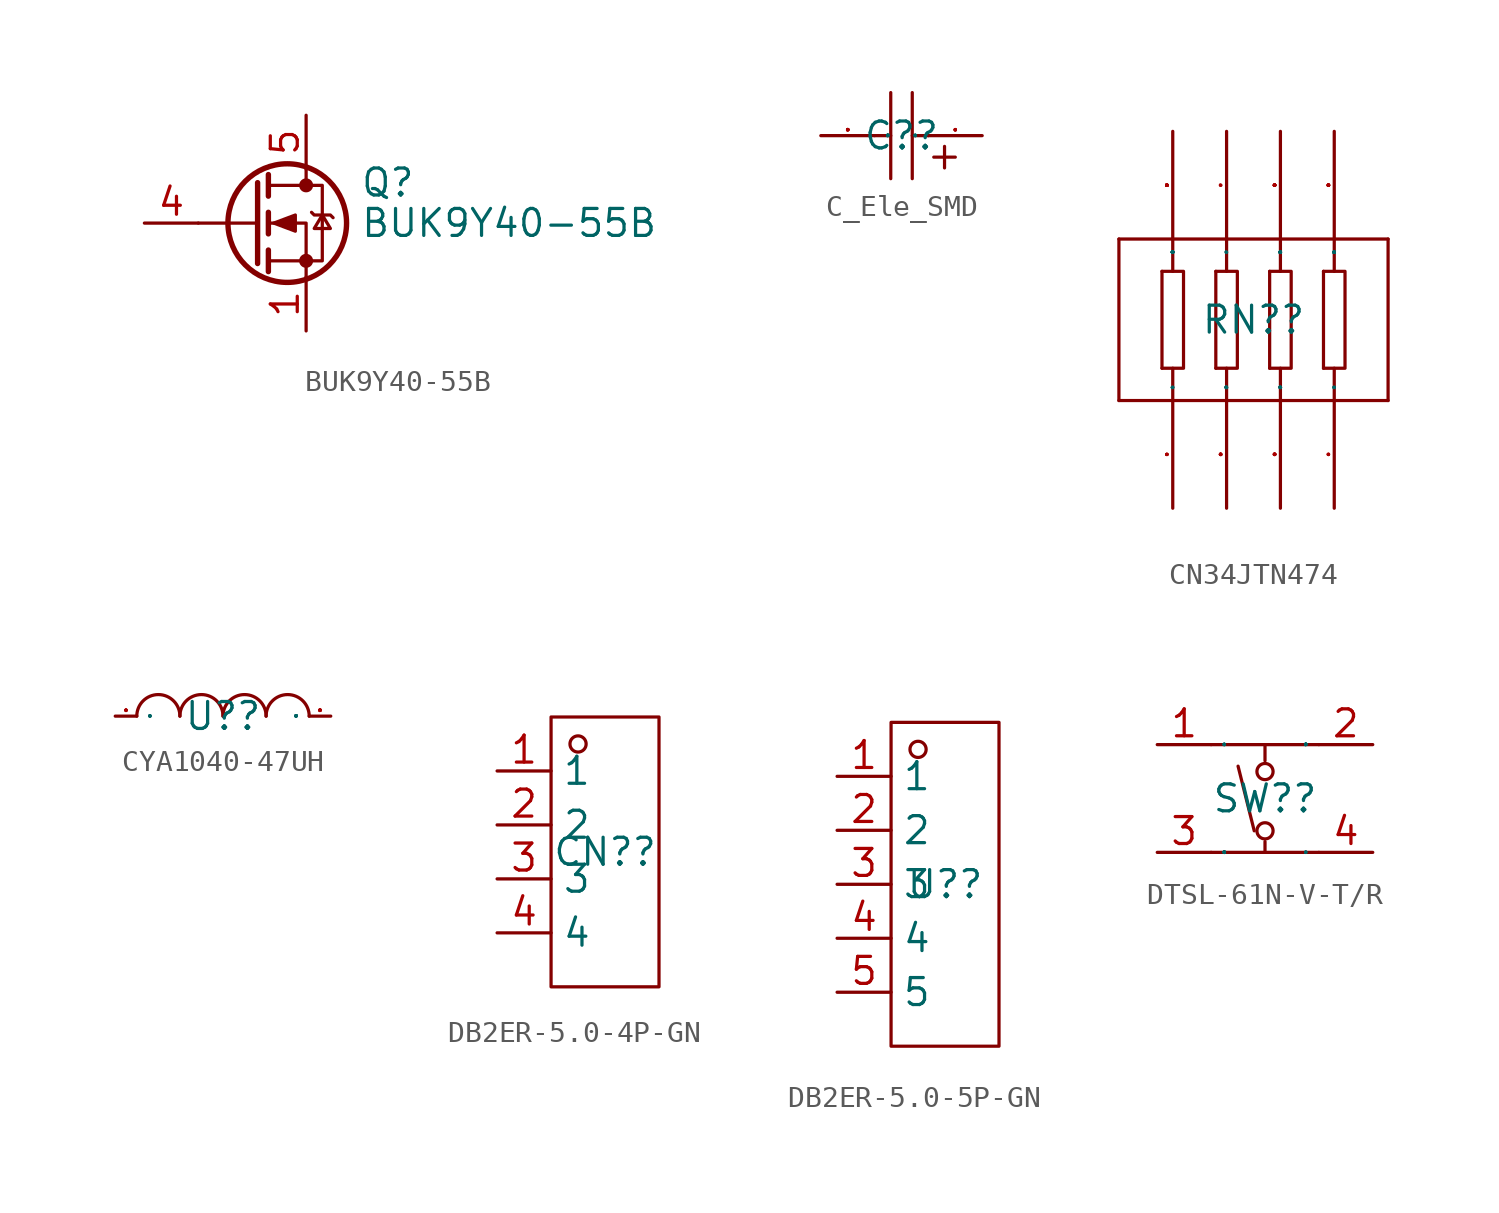
<source format=kicad_sym>
(kicad_symbol_lib
  (version 20231120)
  (generator "kicad_symbol_editor")
  (generator_version "8.0")
  (symbol "BUK9Y40-55B"
    (pin_names hide)
    (property "Reference" "Q"
      (at 5.08 1.905 0)
      (effects (font (size 1.27 1.27)) (justify left)))
    (property "Value" "BUK9Y40-55B"
      (at 5.08 0 0)
      (effects (font (size 1.27 1.27)) (justify left)))
    (symbol "BUK9Y40-55B_0_1"
      (polyline (pts (xy 0.254 0) (xy -2.54 0)) (stroke (width 0) (type default)) (fill (type none)))
      (polyline (pts (xy 0.254 1.905) (xy 0.254 -1.905)) (stroke (width 0.254) (type default)) (fill (type none)))
      (polyline (pts (xy 0.762 -1.27) (xy 0.762 -2.286)) (stroke (width 0.254) (type default)) (fill (type none)))
      (polyline (pts (xy 0.762 0.508) (xy 0.762 -0.508)) (stroke (width 0.254) (type default)) (fill (type none)))
      (polyline (pts (xy 0.762 2.286) (xy 0.762 1.27)) (stroke (width 0.254) (type default)) (fill (type none)))
      (polyline (pts (xy 2.54 2.54) (xy 2.54 1.778)) (stroke (width 0) (type default)) (fill (type none)))
      (polyline (pts (xy 2.54 -2.54) (xy 2.54 0) (xy 0.762 0)) (stroke (width 0) (type default)) (fill (type none)))
      (polyline (pts (xy 0.762 -1.778) (xy 3.302 -1.778) (xy 3.302 1.778) (xy 0.762 1.778)) (stroke (width 0) (type default)) (fill (type none)))
      (polyline (pts (xy 1.016 0) (xy 2.032 0.381) (xy 2.032 -0.381) (xy 1.016 0)) (stroke (width 0) (type default)) (fill (type outline)))
      (polyline (pts (xy 2.794 0.508) (xy 2.921 0.381) (xy 3.683 0.381) (xy 3.81 0.254)) (stroke (width 0) (type default)) (fill (type none)))
      (polyline (pts (xy 3.302 0.381) (xy 2.921 -0.254) (xy 3.683 -0.254) (xy 3.302 0.381)) (stroke (width 0) (type default)) (fill (type none)))
      (circle (center 1.651 0) (radius 2.794) (stroke (width 0.254) (type default)) (fill (type none)))
      (circle (center 2.54 -1.778) (radius 0.254) (stroke (width 0) (type default)) (fill (type outline)))
      (circle (center 2.54 1.778) (radius 0.254) (stroke (width 0) (type default)) (fill (type outline))))
    (symbol "BUK9Y40-55B_1_1"
      (pin passive line (at 2.54 -5.08 90) (length 2.54) (name "S" (effects (font (size 1.27 1.27)))) (number "1" (effects (font (size 1.27 1.27)))))
      (pin passive line (at 2.54 -5.08 90) (length 2.54) hide (name "S" (effects (font (size 1.27 1.27)))) (number "2" (effects (font (size 1.27 1.27)))))
      (pin passive line (at 2.54 -5.08 90) (length 2.54) hide (name "S" (effects (font (size 1.27 1.27)))) (number "3" (effects (font (size 1.27 1.27)))))
      (pin passive line (at -5.08 0 0) (length 2.54) (name "G" (effects (font (size 1.27 1.27)))) (number "4" (effects (font (size 1.27 1.27)))))
      (pin passive line (at 2.54 5.08 270) (length 2.54) (name "D" (effects (font (size 1.27 1.27)))) (number "5" (effects (font (size 1.27 1.27)))))))
  (symbol "C_Ele_SMD"
    (property "Reference" "C?"
      (at 0 0 0)
      (effects (font (size 1.27 1.27))))
    (property "Value" ""
      (at 0 0 0)
      (effects (font (size 1.27 1.27))))
    (symbol "C_Ele_SMD_1_0"
      (polyline (pts (xy -0.508 -2.032) (xy -0.508 2.032)) (stroke (width 0) (type default)) (fill (type none)))
      (polyline (pts (xy -0.508 0) (xy -1.27 0)) (stroke (width 0) (type default)) (fill (type none)))
      (polyline (pts (xy 0.508 -2.032) (xy 0.508 2.032)) (stroke (width 0) (type default)) (fill (type none)))
      (polyline (pts (xy 1.27 0) (xy 0.508 0)) (stroke (width 0) (type default)) (fill (type none)))
      (polyline (pts (xy 2.032 -1.524) (xy 2.032 -0.508)) (stroke (width 0) (type default)) (fill (type none)))
      (polyline (pts (xy 2.54 -1.016) (xy 1.524 -1.016)) (stroke (width 0) (type default)) (fill (type none)))
      (pin input line (at 3.81 0 180) (length 2.54) (name "1" (effects (font (size 0.025 0.025)))) (number "1" (effects (font (size 0.025 0.025)))))
      (pin input line (at -3.81 0 0) (length 2.54) (name "2" (effects (font (size 0.025 0.025)))) (number "2" (effects (font (size 0.025 0.025)))))))
  (symbol "CN34JTN474"
    (property "Reference" "RN?"
      (at 0 0 0)
      (effects (font (size 1.27 1.27))))
    (property "Value" ""
      (at 0 0 0)
      (effects (font (size 1.27 1.27))))
    (symbol "CN34JTN474_1_0"
      (polyline (pts (xy -6.35 -3.81) (xy -6.35 3.81)) (stroke (width 0) (type default)) (fill (type none)))
      (polyline (pts (xy -6.35 -3.81) (xy 6.35 -3.81)) (stroke (width 0) (type default)) (fill (type none)))
      (polyline (pts (xy -6.35 3.81) (xy 6.35 3.81)) (stroke (width 0) (type default)) (fill (type none)))
      (polyline (pts (xy -4.318 -2.286) (xy -4.318 2.286)) (stroke (width 0) (type default)) (fill (type none)))
      (polyline (pts (xy -3.81 -3.81) (xy -3.81 -2.286)) (stroke (width 0) (type default)) (fill (type none)))
      (polyline (pts (xy -3.81 2.286) (xy -3.81 3.81)) (stroke (width 0) (type default)) (fill (type none)))
      (polyline (pts (xy -1.778 -2.286) (xy -1.778 2.286)) (stroke (width 0) (type default)) (fill (type none)))
      (polyline (pts (xy -1.27 -3.81) (xy -1.27 -2.286)) (stroke (width 0) (type default)) (fill (type none)))
      (polyline (pts (xy -1.27 2.286) (xy -1.27 3.81)) (stroke (width 0) (type default)) (fill (type none)))
      (polyline (pts (xy 0.762 -2.286) (xy 0.762 2.286)) (stroke (width 0) (type default)) (fill (type none)))
      (polyline (pts (xy 1.27 -3.81) (xy 1.27 -2.286)) (stroke (width 0) (type default)) (fill (type none)))
      (polyline (pts (xy 1.27 2.286) (xy 1.27 3.81)) (stroke (width 0) (type default)) (fill (type none)))
      (polyline (pts (xy 3.302 -2.286) (xy 3.302 2.286)) (stroke (width 0) (type default)) (fill (type none)))
      (polyline (pts (xy 3.81 -3.81) (xy 3.81 -2.286)) (stroke (width 0) (type default)) (fill (type none)))
      (polyline (pts (xy 3.81 2.286) (xy 3.81 3.81)) (stroke (width 0) (type default)) (fill (type none)))
      (polyline (pts (xy 6.35 -3.81) (xy 6.35 3.81)) (stroke (width 0) (type default)) (fill (type none)))
      (polyline (pts (xy -4.318 -2.286) (xy -3.302 -2.286) (xy -3.302 -2.286) (xy -3.302 2.286) (xy -3.302 2.286) (xy -4.318 2.286)) (stroke (width 0) (type default)) (fill (type none)))
      (polyline (pts (xy -1.778 -2.286) (xy -0.762 -2.286) (xy -0.762 -2.286) (xy -0.762 2.286) (xy -0.762 2.286) (xy -1.778 2.286)) (stroke (width 0) (type default)) (fill (type none)))
      (polyline (pts (xy 0.762 -2.286) (xy 1.778 -2.286) (xy 1.778 -2.286) (xy 1.778 2.286) (xy 1.778 2.286) (xy 0.762 2.286)) (stroke (width 0) (type default)) (fill (type none)))
      (polyline (pts (xy 3.302 -2.286) (xy 4.318 -2.286) (xy 4.318 -2.286) (xy 4.318 2.286) (xy 4.318 2.286) (xy 3.302 2.286)) (stroke (width 0) (type default)) (fill (type none)))
      (pin input line (at -3.81 -8.89 90) (length 5.08) (name "1" (effects (font (size 0.025 0.025)))) (number "1" (effects (font (size 0.025 0.025)))))
      (pin input line (at -1.27 -8.89 90) (length 5.08) (name "2" (effects (font (size 0.025 0.025)))) (number "2" (effects (font (size 0.025 0.025)))))
      (pin input line (at 1.27 -8.89 90) (length 5.08) (name "3" (effects (font (size 0.025 0.025)))) (number "3" (effects (font (size 0.025 0.025)))))
      (pin input line (at 3.81 -8.89 90) (length 5.08) (name "4" (effects (font (size 0.025 0.025)))) (number "4" (effects (font (size 0.025 0.025)))))
      (pin input line (at 3.81 8.89 270) (length 5.08) (name "5" (effects (font (size 0.025 0.025)))) (number "5" (effects (font (size 0.025 0.025)))))
      (pin input line (at 1.27 8.89 270) (length 5.08) (name "6" (effects (font (size 0.025 0.025)))) (number "6" (effects (font (size 0.025 0.025)))))
      (pin input line (at -1.27 8.89 270) (length 5.08) (name "7" (effects (font (size 0.025 0.025)))) (number "7" (effects (font (size 0.025 0.025)))))
      (pin input line (at -3.81 8.89 270) (length 5.08) (name "8" (effects (font (size 0.025 0.025)))) (number "8" (effects (font (size 0.025 0.025)))))))
  (symbol "CYA1040-47UH"
    (property "Reference" "U?"
      (at 0 0 0)
      (effects (font (size 1.27 1.27))))
    (property "Value" ""
      (at 0 0 0)
      (effects (font (size 1.27 1.27))))
    (symbol "CYA1040-47UH_1_0"
      (arc (start -2.032 0) (mid -3.048 1.0163) (end -4.064 0) (stroke (width 0) (type default)) (fill (type none)))
      (arc (start 0 0) (mid -1.016 1.0163) (end -2.032 0) (stroke (width 0) (type default)) (fill (type none)))
      (arc (start 2.032 0) (mid 1.016 1.016) (end 0 0) (stroke (width 0) (type default)) (fill (type none)))
      (arc (start 4.064 0) (mid 3.048 1.016) (end 2.032 0) (stroke (width 0) (type default)) (fill (type none)))
      (pin unspecified line (at -5.08 0 0) (length 1.016) (name "1" (effects (font (size 0.025 0.025)))) (number "1" (effects (font (size 0.025 0.025)))))
      (pin unspecified line (at 5.08 0 180) (length 1.016) (name "2" (effects (font (size 0.025 0.025)))) (number "2" (effects (font (size 0.025 0.025)))))))
  (symbol "DB2ER-5.0-4P-GN"
    (property "Reference" "CN?"
      (at 0 0 0)
      (effects (font (size 1.27 1.27))))
    (property "Value" ""
      (at 0 0 0)
      (effects (font (size 1.27 1.27))))
    (symbol "DB2ER-5.0-4P-GN_1_0"
      (rectangle (start -2.54 -6.35) (end 2.54 6.35) (stroke (width 0) (type default)) (fill (type none)))
      (circle (center -1.27 5.08) (radius 0.381) (stroke (width 0) (type default)) (fill (type none)))
      (pin unspecified line (at -5.08 3.81 0) (length 2.54) (name "1" (effects (font (size 1.27 1.27)))) (number "1" (effects (font (size 1.27 1.27)))))
      (pin unspecified line (at -5.08 1.27 0) (length 2.54) (name "2" (effects (font (size 1.27 1.27)))) (number "2" (effects (font (size 1.27 1.27)))))
      (pin unspecified line (at -5.08 -1.27 0) (length 2.54) (name "3" (effects (font (size 1.27 1.27)))) (number "3" (effects (font (size 1.27 1.27)))))
      (pin unspecified line (at -5.08 -3.81 0) (length 2.54) (name "4" (effects (font (size 1.27 1.27)))) (number "4" (effects (font (size 1.27 1.27)))))))
  (symbol "DB2ER-5.0-5P-GN"
    (property "Reference" "U?"
      (at 0 0 0)
      (effects (font (size 1.27 1.27))))
    (property "Value" ""
      (at 0 0 0)
      (effects (font (size 1.27 1.27))))
    (symbol "DB2ER-5.0-5P-GN_1_0"
      (rectangle (start -2.54 -7.62) (end 2.54 7.62) (stroke (width 0) (type default)) (fill (type none)))
      (circle (center -1.27 6.35) (radius 0.381) (stroke (width 0) (type default)) (fill (type none)))
      (pin unspecified line (at -5.08 5.08 0) (length 2.54) (name "1" (effects (font (size 1.27 1.27)))) (number "1" (effects (font (size 1.27 1.27)))))
      (pin unspecified line (at -5.08 2.54 0) (length 2.54) (name "2" (effects (font (size 1.27 1.27)))) (number "2" (effects (font (size 1.27 1.27)))))
      (pin unspecified line (at -5.08 0 0) (length 2.54) (name "3" (effects (font (size 1.27 1.27)))) (number "3" (effects (font (size 1.27 1.27)))))
      (pin unspecified line (at -5.08 -2.54 0) (length 2.54) (name "4" (effects (font (size 1.27 1.27)))) (number "4" (effects (font (size 1.27 1.27)))))
      (pin unspecified line (at -5.08 -5.08 0) (length 2.54) (name "5" (effects (font (size 1.27 1.27)))) (number "5" (effects (font (size 1.27 1.27)))))))
  (symbol "DTSL-61N-V-T/R"
    (property "Reference" "SW?"
      (at 0 0 0)
      (effects (font (size 1.27 1.27))))
    (property "Value" ""
      (at 0 0 0)
      (effects (font (size 1.27 1.27))))
    (symbol "DTSL-61N-V-T/R_1_0"
      (circle (center 0 -1.524) (radius 0.381) (stroke (width 0) (type default)) (fill (type none)))
      (polyline (pts (xy -2.54 -2.54) (xy 2.54 -2.54)) (stroke (width 0) (type default)) (fill (type none)))
      (polyline (pts (xy -2.54 2.54) (xy 2.54 2.54)) (stroke (width 0) (type default)) (fill (type none)))
      (polyline (pts (xy -0.508 -1.524) (xy -1.27 1.524)) (stroke (width 0) (type default)) (fill (type none)))
      (polyline (pts (xy 0 -2.032) (xy 0 -2.54)) (stroke (width 0) (type default)) (fill (type none)))
      (polyline (pts (xy 0 1.778) (xy 0 2.54)) (stroke (width 0) (type default)) (fill (type none)))
      (circle (center 0 1.27) (radius 0.381) (stroke (width 0) (type default)) (fill (type none)))
      (pin input line (at -5.08 2.54 0) (length 2.54) (name "1" (effects (font (size 0.025 0.025)))) (number "1" (effects (font (size 1.27 1.27)))))
      (pin input line (at 5.08 2.54 180) (length 2.54) (name "2" (effects (font (size 0.025 0.025)))) (number "2" (effects (font (size 1.27 1.27)))))
      (pin input line (at -5.08 -2.54 0) (length 2.54) (name "3" (effects (font (size 0.025 0.025)))) (number "3" (effects (font (size 1.27 1.27)))))
      (pin input line (at 5.08 -2.54 180) (length 2.54) (name "4" (effects (font (size 0.025 0.025)))) (number "4" (effects (font (size 1.27 1.27))))))))
</source>
